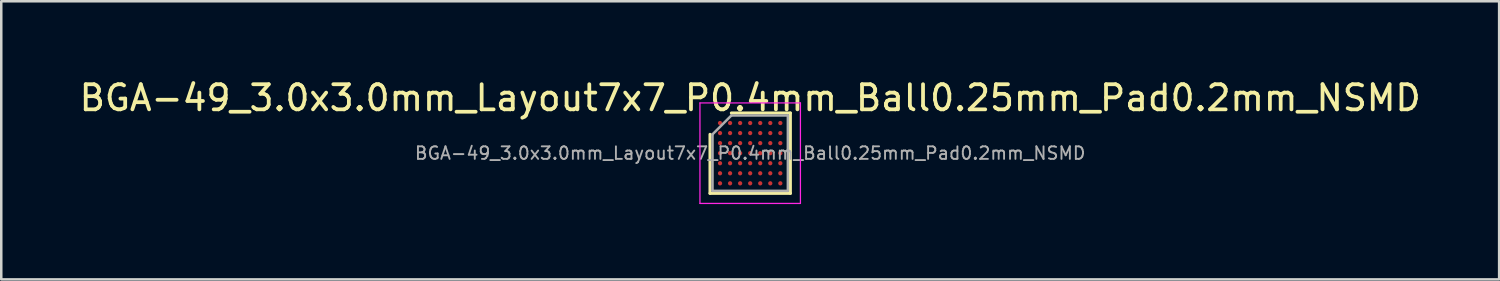
<source format=kicad_pcb>
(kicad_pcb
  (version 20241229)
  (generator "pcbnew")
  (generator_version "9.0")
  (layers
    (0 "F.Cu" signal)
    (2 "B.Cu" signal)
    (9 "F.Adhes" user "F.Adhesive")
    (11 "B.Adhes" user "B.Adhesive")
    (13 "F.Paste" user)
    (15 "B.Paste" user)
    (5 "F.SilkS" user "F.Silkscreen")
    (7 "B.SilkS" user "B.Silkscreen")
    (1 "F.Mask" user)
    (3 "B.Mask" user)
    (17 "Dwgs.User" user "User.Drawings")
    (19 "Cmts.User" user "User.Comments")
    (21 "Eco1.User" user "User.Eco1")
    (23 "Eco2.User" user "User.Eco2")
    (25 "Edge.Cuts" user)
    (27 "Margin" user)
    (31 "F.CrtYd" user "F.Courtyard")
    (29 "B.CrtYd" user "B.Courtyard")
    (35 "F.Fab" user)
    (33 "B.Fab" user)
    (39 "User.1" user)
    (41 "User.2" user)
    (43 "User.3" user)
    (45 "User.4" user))
  (footprint "BGA-49_3.0x3.0mm_Layout7x7_P0.4mm_Ball0.25mm_Pad0.2mm_NSMD"
    (layer "F.Cu")
    (at 26.815 3.048)
    (property "Reference" "BGA-49_3.0x3.0mm_Layout7x7_P0.4mm_Ball0.25mm_Pad0.2mm_NSMD" (at 0 -2.2 0) (layer "F.SilkS") (effects (font (size 1 1) (thickness 0.15))))
    (attr smd)
    (fp_line (start -1.6 1.6) (end -1.6 -0.75) (stroke (width 0.12) (type solid)) (layer "F.SilkS"))
    (fp_line (start -0.75 -1.6) (end 1.6 -1.6) (stroke (width 0.12) (type solid)) (layer "F.SilkS"))
    (fp_line (start 1.6 -1.6) (end 1.6 1.6) (stroke (width 0.12) (type solid)) (layer "F.SilkS"))
    (fp_line (start 1.6 1.6) (end -1.6 1.6) (stroke (width 0.12) (type solid)) (layer "F.SilkS"))
    (fp_line (start -2 2) (end -2 -2) (stroke (width 0.05) (type solid)) (layer "F.CrtYd"))
    (fp_line (start -2 2) (end 2 2) (stroke (width 0.05) (type solid)) (layer "F.CrtYd"))
    (fp_line (start 2 -2) (end -2 -2) (stroke (width 0.05) (type solid)) (layer "F.CrtYd"))
    (fp_line (start 2 -2) (end 2 2) (stroke (width 0.05) (type solid)) (layer "F.CrtYd"))
    (fp_line (start -1.5 1.5) (end -1.5 -0.75) (stroke (width 0.1) (type solid)) (layer "F.Fab"))
    (fp_line (start -0.75 -1.5) (end -1.5 -0.75) (stroke (width 0.1) (type solid)) (layer "F.Fab"))
    (fp_line (start 1.5 -1.5) (end -0.75 -1.5) (stroke (width 0.1) (type solid)) (layer "F.Fab"))
    (fp_line (start 1.5 -1.5) (end 1.5 1.5) (stroke (width 0.1) (type solid)) (layer "F.Fab"))
    (fp_line (start 1.5 1.5) (end -1.5 1.5) (stroke (width 0.1) (type solid)) (layer "F.Fab"))
    (fp_text user "${REFERENCE}" (at 0 0 0) (layer "F.Fab") (effects (font (size 0.5 0.5) (thickness 0.075))))
    (pad "A1" smd circle (at -1.2 -1.2) (size 0.17 0.17) (layers "F.Cu" "F.Mask" "F.Paste"))
    (pad "A2" smd circle (at -0.8 -1.2) (size 0.17 0.17) (layers "F.Cu" "F.Mask" "F.Paste"))
    (pad "A3" smd circle (at -0.4 -1.2) (size 0.17 0.17) (layers "F.Cu" "F.Mask" "F.Paste"))
    (pad "A4" smd circle (at 0 -1.2) (size 0.17 0.17) (layers "F.Cu" "F.Mask" "F.Paste"))
    (pad "A5" smd circle (at 0.4 -1.2) (size 0.17 0.17) (layers "F.Cu" "F.Mask" "F.Paste"))
    (pad "A6" smd circle (at 0.8 -1.2) (size 0.17 0.17) (layers "F.Cu" "F.Mask" "F.Paste"))
    (pad "A7" smd circle (at 1.2 -1.2) (size 0.17 0.17) (layers "F.Cu" "F.Mask" "F.Paste"))
    (pad "B1" smd circle (at -1.2 -0.8) (size 0.17 0.17) (layers "F.Cu" "F.Mask" "F.Paste"))
    (pad "B2" smd circle (at -0.8 -0.8) (size 0.17 0.17) (layers "F.Cu" "F.Mask" "F.Paste"))
    (pad "B3" smd circle (at -0.4 -0.8) (size 0.17 0.17) (layers "F.Cu" "F.Mask" "F.Paste"))
    (pad "B4" smd circle (at 0 -0.8) (size 0.17 0.17) (layers "F.Cu" "F.Mask" "F.Paste"))
    (pad "B5" smd circle (at 0.4 -0.8) (size 0.17 0.17) (layers "F.Cu" "F.Mask" "F.Paste"))
    (pad "B6" smd circle (at 0.8 -0.8) (size 0.17 0.17) (layers "F.Cu" "F.Mask" "F.Paste"))
    (pad "B7" smd circle (at 1.2 -0.8) (size 0.17 0.17) (layers "F.Cu" "F.Mask" "F.Paste"))
    (pad "C1" smd circle (at -1.2 -0.4) (size 0.17 0.17) (layers "F.Cu" "F.Mask" "F.Paste"))
    (pad "C2" smd circle (at -0.8 -0.4) (size 0.17 0.17) (layers "F.Cu" "F.Mask" "F.Paste"))
    (pad "C3" smd circle (at -0.4 -0.4) (size 0.17 0.17) (layers "F.Cu" "F.Mask" "F.Paste"))
    (pad "C4" smd circle (at 0 -0.4) (size 0.17 0.17) (layers "F.Cu" "F.Mask" "F.Paste"))
    (pad "C5" smd circle (at 0.4 -0.4) (size 0.17 0.17) (layers "F.Cu" "F.Mask" "F.Paste"))
    (pad "C6" smd circle (at 0.8 -0.4) (size 0.17 0.17) (layers "F.Cu" "F.Mask" "F.Paste"))
    (pad "C7" smd circle (at 1.2 -0.4) (size 0.17 0.17) (layers "F.Cu" "F.Mask" "F.Paste"))
    (pad "D1" smd circle (at -1.2 0) (size 0.17 0.17) (layers "F.Cu" "F.Mask" "F.Paste"))
    (pad "D2" smd circle (at -0.8 0) (size 0.17 0.17) (layers "F.Cu" "F.Mask" "F.Paste"))
    (pad "D3" smd circle (at -0.4 0) (size 0.17 0.17) (layers "F.Cu" "F.Mask" "F.Paste"))
    (pad "D4" smd circle (at 0 0) (size 0.17 0.17) (layers "F.Cu" "F.Mask" "F.Paste"))
    (pad "D5" smd circle (at 0.4 0) (size 0.17 0.17) (layers "F.Cu" "F.Mask" "F.Paste"))
    (pad "D6" smd circle (at 0.8 0) (size 0.17 0.17) (layers "F.Cu" "F.Mask" "F.Paste"))
    (pad "D7" smd circle (at 1.2 0) (size 0.17 0.17) (layers "F.Cu" "F.Mask" "F.Paste"))
    (pad "E1" smd circle (at -1.2 0.4) (size 0.17 0.17) (layers "F.Cu" "F.Mask" "F.Paste"))
    (pad "E2" smd circle (at -0.8 0.4) (size 0.17 0.17) (layers "F.Cu" "F.Mask" "F.Paste"))
    (pad "E3" smd circle (at -0.4 0.4) (size 0.17 0.17) (layers "F.Cu" "F.Mask" "F.Paste"))
    (pad "E4" smd circle (at 0 0.4) (size 0.17 0.17) (layers "F.Cu" "F.Mask" "F.Paste"))
    (pad "E5" smd circle (at 0.4 0.4) (size 0.17 0.17) (layers "F.Cu" "F.Mask" "F.Paste"))
    (pad "E6" smd circle (at 0.8 0.4) (size 0.17 0.17) (layers "F.Cu" "F.Mask" "F.Paste"))
    (pad "E7" smd circle (at 1.2 0.4) (size 0.17 0.17) (layers "F.Cu" "F.Mask" "F.Paste"))
    (pad "F1" smd circle (at -1.2 0.8) (size 0.17 0.17) (layers "F.Cu" "F.Mask" "F.Paste"))
    (pad "F2" smd circle (at -0.8 0.8) (size 0.17 0.17) (layers "F.Cu" "F.Mask" "F.Paste"))
    (pad "F3" smd circle (at -0.4 0.8) (size 0.17 0.17) (layers "F.Cu" "F.Mask" "F.Paste"))
    (pad "F4" smd circle (at 0 0.8) (size 0.17 0.17) (layers "F.Cu" "F.Mask" "F.Paste"))
    (pad "F5" smd circle (at 0.4 0.8) (size 0.17 0.17) (layers "F.Cu" "F.Mask" "F.Paste"))
    (pad "F6" smd circle (at 0.8 0.8) (size 0.17 0.17) (layers "F.Cu" "F.Mask" "F.Paste"))
    (pad "F7" smd circle (at 1.2 0.8) (size 0.17 0.17) (layers "F.Cu" "F.Mask" "F.Paste"))
    (pad "G1" smd circle (at -1.2 1.2) (size 0.17 0.17) (layers "F.Cu" "F.Mask" "F.Paste"))
    (pad "G2" smd circle (at -0.8 1.2) (size 0.17 0.17) (layers "F.Cu" "F.Mask" "F.Paste"))
    (pad "G3" smd circle (at -0.4 1.2) (size 0.17 0.17) (layers "F.Cu" "F.Mask" "F.Paste"))
    (pad "G4" smd circle (at 0 1.2) (size 0.17 0.17) (layers "F.Cu" "F.Mask" "F.Paste"))
    (pad "G5" smd circle (at 0.4 1.2) (size 0.17 0.17) (layers "F.Cu" "F.Mask" "F.Paste"))
    (pad "G6" smd circle (at 0.8 1.2) (size 0.17 0.17) (layers "F.Cu" "F.Mask" "F.Paste"))
    (pad "G7" smd circle (at 1.2 1.2) (size 0.17 0.17) (layers "F.Cu" "F.Mask" "F.Paste")))
  (gr_rect
    (start -3 -3)
    (end 56.631 8.073)
    (stroke (width 0.1) (type default))
    (fill no)
    (layer "Edge.Cuts")))
</source>
